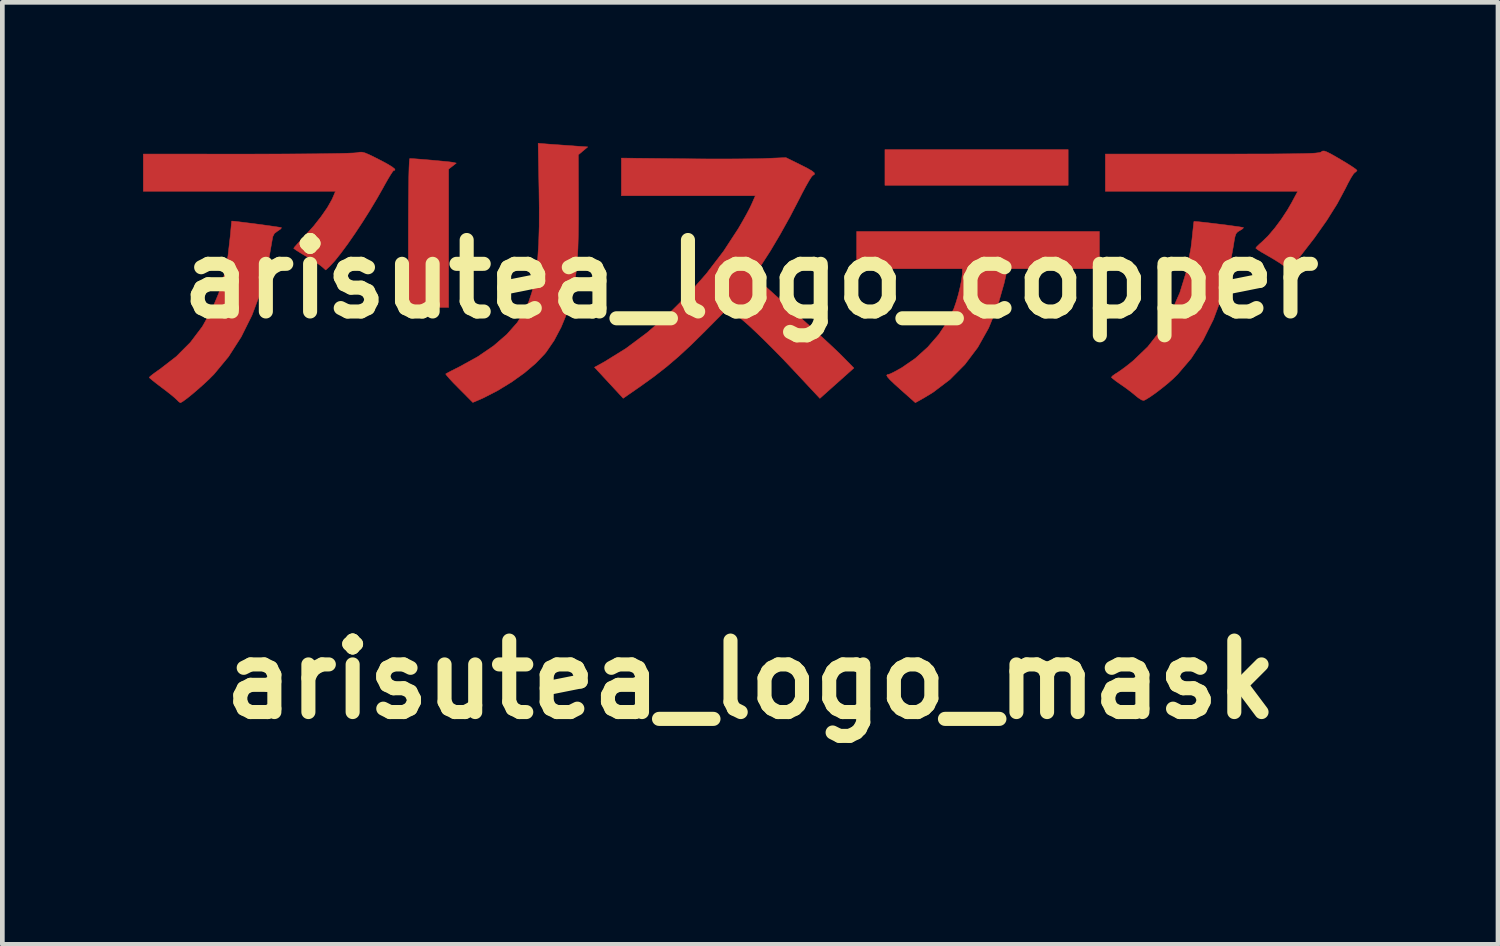
<source format=kicad_pcb>
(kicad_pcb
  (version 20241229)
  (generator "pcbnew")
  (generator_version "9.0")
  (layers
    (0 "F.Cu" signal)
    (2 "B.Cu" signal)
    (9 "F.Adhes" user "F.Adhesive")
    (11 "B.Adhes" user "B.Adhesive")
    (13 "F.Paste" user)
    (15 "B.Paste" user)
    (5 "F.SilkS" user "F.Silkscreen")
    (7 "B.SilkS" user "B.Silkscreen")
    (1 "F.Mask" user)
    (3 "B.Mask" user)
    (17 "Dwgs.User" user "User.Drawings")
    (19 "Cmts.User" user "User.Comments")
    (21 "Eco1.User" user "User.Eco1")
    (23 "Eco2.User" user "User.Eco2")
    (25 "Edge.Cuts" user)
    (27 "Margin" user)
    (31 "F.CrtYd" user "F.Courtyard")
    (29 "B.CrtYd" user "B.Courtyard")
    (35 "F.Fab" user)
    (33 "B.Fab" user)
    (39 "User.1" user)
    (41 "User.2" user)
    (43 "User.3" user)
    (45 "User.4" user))
  (footprint "arisutea_logo_copper"
    (layer "F.Cu")
    (at 12.959 2.901)
    (property "Reference" "arisutea_logo_copper" (at 0 0 0) (layer "F.SilkS") (effects (font (size 1.524 1.524) (thickness 0.3))))
    (attr through_hole)
    (fp_poly (pts (xy 6.763 -2) (xy 2.857 -2) (xy 2.857 -2.762) (xy 6.763 -2.762) (xy 6.763 -2)) (stroke (width 0.01) (type solid)) (fill yes) (layer "F.Cu"))
    (fp_poly (pts (xy -7.211 -2.569) (xy -7.104 -2.561) (xy -6.966 -2.55) (xy -6.814 -2.537) (xy -6.662 -2.523) (xy -6.525 -2.51) (xy -6.419 -2.499) (xy -6.359 -2.491) (xy -6.355 -2.49) (xy -6.281 -2.474) (xy -6.445 -2.345) (xy -6.445 0.603) (xy -7.303 0.603) (xy -7.303 -0.984) (xy -7.302 -1.35) (xy -7.3 -1.675) (xy -7.297 -1.955) (xy -7.294 -2.186) (xy -7.289 -2.367) (xy -7.283 -2.493) (xy -7.277 -2.56) (xy -7.272 -2.572) (xy -7.211 -2.569)) (stroke (width 0.01) (type solid)) (fill yes) (layer "F.Cu"))
    (fp_poly (pts (xy 7.429 -0.222) (xy 5.469 -0.222) (xy 5.398 0.087) (xy 5.255 0.587) (xy 5.068 1.042) (xy 4.837 1.454) (xy 4.561 1.82) (xy 4.243 2.14) (xy 3.882 2.414) (xy 3.681 2.536) (xy 3.505 2.634) (xy 3.197 2.36) (xy 3.058 2.235) (xy 2.964 2.145) (xy 2.911 2.084) (xy 2.894 2.049) (xy 2.91 2.034) (xy 2.93 2.032) (xy 2.974 2.017) (xy 3.057 1.976) (xy 3.165 1.917) (xy 3.217 1.887) (xy 3.503 1.69) (xy 3.769 1.45) (xy 4.005 1.179) (xy 4.199 0.889) (xy 4.327 0.628) (xy 4.375 0.489) (xy 4.423 0.325) (xy 4.464 0.155) (xy 4.494 -0.001) (xy 4.508 -0.121) (xy 4.508 -0.142) (xy 4.508 -0.222) (xy 2.254 -0.222) (xy 2.254 -1.016) (xy 7.429 -1.016) (xy 7.429 -0.222)) (stroke (width 0.01) (type solid)) (fill yes) (layer "F.Cu"))
    (fp_poly (pts (xy -4.292 -2.877) (xy -4.138 -2.866) (xy -3.957 -2.853) (xy -3.784 -2.841) (xy -3.764 -2.839) (xy -3.479 -2.819) (xy -3.579 -2.735) (xy -3.679 -2.651) (xy -3.676 -1.619) (xy -3.676 -1.249) (xy -3.68 -0.932) (xy -3.688 -0.661) (xy -3.7 -0.425) (xy -3.718 -0.216) (xy -3.743 -0.024) (xy -3.774 0.16) (xy -3.812 0.345) (xy -3.828 0.413) (xy -3.92 0.719) (xy -4.046 1.025) (xy -4.197 1.31) (xy -4.365 1.555) (xy -4.397 1.595) (xy -4.589 1.795) (xy -4.828 1.998) (xy -5.102 2.194) (xy -5.396 2.374) (xy -5.695 2.528) (xy -5.814 2.581) (xy -5.929 2.629) (xy -6.225 2.331) (xy -6.334 2.221) (xy -6.422 2.127) (xy -6.482 2.058) (xy -6.507 2.023) (xy -6.507 2.021) (xy -6.474 2.002) (xy -6.398 1.961) (xy -6.289 1.906) (xy -6.206 1.864) (xy -5.819 1.65) (xy -5.485 1.421) (xy -5.204 1.178) (xy -4.981 0.926) (xy -4.819 0.666) (xy -4.815 0.659) (xy -4.736 0.48) (xy -4.671 0.286) (xy -4.617 0.072) (xy -4.576 -0.17) (xy -4.545 -0.444) (xy -4.525 -0.758) (xy -4.514 -1.118) (xy -4.513 -1.529) (xy -4.518 -1.916) (xy -4.536 -2.896) (xy -4.292 -2.877)) (stroke (width 0.01) (type solid)) (fill yes) (layer "F.Cu"))
    (fp_poly (pts (xy 12.276 -2.713) (xy 12.359 -2.672) (xy 12.481 -2.603) (xy 12.567 -2.552) (xy 12.7 -2.473) (xy 12.81 -2.403) (xy 12.887 -2.35) (xy 12.921 -2.32) (xy 12.922 -2.318) (xy 12.897 -2.286) (xy 12.876 -2.275) (xy 12.844 -2.241) (xy 12.793 -2.161) (xy 12.731 -2.048) (xy 12.672 -1.93) (xy 12.498 -1.605) (xy 12.275 -1.25) (xy 12.008 -0.872) (xy 11.701 -0.476) (xy 11.619 -0.377) (xy 11.472 -0.199) (xy 11.348 -0.293) (xy 11.258 -0.355) (xy 11.137 -0.43) (xy 11.008 -0.505) (xy 10.993 -0.514) (xy 10.888 -0.574) (xy 10.808 -0.625) (xy 10.766 -0.658) (xy 10.763 -0.663) (xy 10.786 -0.694) (xy 10.844 -0.75) (xy 10.9 -0.799) (xy 11.025 -0.921) (xy 11.164 -1.084) (xy 11.306 -1.274) (xy 11.438 -1.475) (xy 11.526 -1.627) (xy 11.658 -1.873) (xy 7.556 -1.873) (xy 7.556 -2.667) (xy 9.832 -2.667) (xy 10.273 -2.667) (xy 10.656 -2.668) (xy 10.983 -2.668) (xy 11.259 -2.67) (xy 11.489 -2.672) (xy 11.677 -2.675) (xy 11.826 -2.678) (xy 11.942 -2.682) (xy 12.028 -2.687) (xy 12.09 -2.694) (xy 12.13 -2.701) (xy 12.153 -2.709) (xy 12.16 -2.714) (xy 12.186 -2.731) (xy 12.222 -2.732) (xy 12.276 -2.713)) (stroke (width 0.01) (type solid)) (fill yes) (layer "F.Cu"))
    (fp_poly (pts (xy -11.008 -1.233) (xy -10.904 -1.221) (xy -10.768 -1.204) (xy -10.615 -1.185) (xy -10.455 -1.164) (xy -10.303 -1.143) (xy -10.17 -1.124) (xy -10.07 -1.109) (xy -10.015 -1.099) (xy -10.008 -1.097) (xy -10.022 -1.073) (xy -10.076 -1.034) (xy -10.091 -1.025) (xy -10.158 -0.975) (xy -10.193 -0.907) (xy -10.208 -0.826) (xy -10.306 -0.264) (xy -10.449 0.269) (xy -10.637 0.77) (xy -10.867 1.232) (xy -11.137 1.653) (xy -11.445 2.025) (xy -11.447 2.027) (xy -11.543 2.124) (xy -11.658 2.232) (xy -11.782 2.342) (xy -11.903 2.446) (xy -12.013 2.535) (xy -12.101 2.6) (xy -12.156 2.633) (xy -12.165 2.635) (xy -12.197 2.614) (xy -12.242 2.569) (xy -12.292 2.523) (xy -12.38 2.45) (xy -12.491 2.364) (xy -12.564 2.309) (xy -12.673 2.226) (xy -12.76 2.157) (xy -12.815 2.11) (xy -12.827 2.095) (xy -12.803 2.069) (xy -12.738 2.018) (xy -12.644 1.95) (xy -12.608 1.926) (xy -12.251 1.65) (xy -11.949 1.347) (xy -11.695 1.011) (xy -11.493 0.651) (xy -11.345 0.299) (xy -11.232 -0.079) (xy -11.149 -0.494) (xy -11.096 -0.956) (xy -11.096 -0.96) (xy -11.085 -1.084) (xy -11.076 -1.179) (xy -11.07 -1.232) (xy -11.069 -1.238) (xy -11.008 -1.233)) (stroke (width 0.01) (type solid)) (fill yes) (layer "F.Cu"))
    (fp_poly (pts (xy 9.477 -1.229) (xy 9.559 -1.222) (xy 9.678 -1.209) (xy 9.823 -1.192) (xy 9.979 -1.173) (xy 10.135 -1.154) (xy 10.278 -1.134) (xy 10.395 -1.118) (xy 10.474 -1.105) (xy 10.501 -1.099) (xy 10.486 -1.076) (xy 10.431 -1.041) (xy 10.421 -1.035) (xy 10.374 -1.006) (xy 10.342 -0.968) (xy 10.32 -0.906) (xy 10.301 -0.805) (xy 10.289 -0.723) (xy 10.184 -0.151) (xy 10.04 0.379) (xy 9.858 0.864) (xy 9.639 1.303) (xy 9.385 1.692) (xy 9.095 2.031) (xy 9.003 2.121) (xy 8.888 2.223) (xy 8.758 2.328) (xy 8.627 2.428) (xy 8.507 2.512) (xy 8.414 2.569) (xy 8.375 2.587) (xy 8.33 2.576) (xy 8.259 2.531) (xy 8.209 2.491) (xy 8.117 2.415) (xy 7.998 2.325) (xy 7.885 2.246) (xy 7.789 2.179) (xy 7.719 2.125) (xy 7.685 2.093) (xy 7.685 2.091) (xy 7.709 2.063) (xy 7.77 2.019) (xy 7.799 2.002) (xy 7.876 1.95) (xy 7.983 1.872) (xy 8.101 1.779) (xy 8.152 1.737) (xy 8.46 1.442) (xy 8.729 1.099) (xy 8.958 0.713) (xy 9.144 0.288) (xy 9.286 -0.171) (xy 9.38 -0.66) (xy 9.403 -0.852) (xy 9.418 -0.997) (xy 9.431 -1.117) (xy 9.44 -1.199) (xy 9.445 -1.23) (xy 9.477 -1.229)) (stroke (width 0.01) (type solid)) (fill yes) (layer "F.Cu"))
    (fp_poly (pts (xy -8.289 -2.707) (xy -8.226 -2.691) (xy -8.141 -2.655) (xy -8.02 -2.596) (xy -7.931 -2.551) (xy -7.761 -2.461) (xy -7.647 -2.392) (xy -7.59 -2.345) (xy -7.591 -2.321) (xy -7.615 -2.318) (xy -7.639 -2.291) (xy -7.686 -2.22) (xy -7.75 -2.113) (xy -7.823 -1.983) (xy -7.826 -1.976) (xy -7.966 -1.729) (xy -8.119 -1.473) (xy -8.279 -1.219) (xy -8.441 -0.974) (xy -8.597 -0.749) (xy -8.743 -0.552) (xy -8.871 -0.391) (xy -8.977 -0.276) (xy -8.99 -0.264) (xy -9.065 -0.195) (xy -9.154 -0.273) (xy -9.223 -0.324) (xy -9.328 -0.394) (xy -9.451 -0.47) (xy -9.496 -0.495) (xy -9.606 -0.561) (xy -9.692 -0.615) (xy -9.741 -0.65) (xy -9.747 -0.658) (xy -9.727 -0.687) (xy -9.67 -0.751) (xy -9.587 -0.841) (xy -9.496 -0.938) (xy -9.322 -1.131) (xy -9.164 -1.332) (xy -9.03 -1.525) (xy -8.932 -1.698) (xy -8.907 -1.754) (xy -8.857 -1.873) (xy -10.906 -1.873) (xy -12.954 -1.873) (xy -12.954 -2.27) (xy -12.954 -2.667) (xy -10.739 -2.666) (xy -10.32 -2.667) (xy -9.931 -2.668) (xy -9.576 -2.67) (xy -9.26 -2.672) (xy -8.987 -2.676) (xy -8.76 -2.68) (xy -8.585 -2.685) (xy -8.464 -2.69) (xy -8.402 -2.695) (xy -8.4 -2.696) (xy -8.343 -2.707) (xy -8.289 -2.707)) (stroke (width 0.01) (type solid)) (fill yes) (layer "F.Cu"))
    (fp_poly (pts (xy 1.056 -2.438) (xy 1.206 -2.362) (xy 1.302 -2.306) (xy 1.351 -2.266) (xy 1.357 -2.237) (xy 1.326 -2.215) (xy 1.318 -2.211) (xy 1.289 -2.178) (xy 1.238 -2.098) (xy 1.171 -1.98) (xy 1.093 -1.834) (xy 1.033 -1.716) (xy 0.834 -1.333) (xy 0.624 -0.956) (xy 0.415 -0.603) (xy 0.217 -0.296) (xy 0.064 -0.067) (xy 0.374 0.212) (xy 0.498 0.324) (xy 0.656 0.465) (xy 0.834 0.624) (xy 1.018 0.787) (xy 1.192 0.942) (xy 1.362 1.095) (xy 1.535 1.253) (xy 1.698 1.404) (xy 1.838 1.536) (xy 1.943 1.639) (xy 1.947 1.643) (xy 2.195 1.895) (xy 1.915 2.145) (xy 1.796 2.251) (xy 1.686 2.349) (xy 1.599 2.427) (xy 1.553 2.468) (xy 1.47 2.542) (xy 0.863 1.893) (xy 0.682 1.702) (xy 0.492 1.508) (xy 0.304 1.32) (xy 0.13 1.151) (xy -0.021 1.009) (xy -0.113 0.927) (xy -0.483 0.61) (xy -0.996 1.127) (xy -1.28 1.407) (xy -1.542 1.649) (xy -1.799 1.868) (xy -2.065 2.076) (xy -2.358 2.287) (xy -2.417 2.328) (xy -2.723 2.54) (xy -3.335 1.879) (xy -3.12 1.76) (xy -2.665 1.478) (xy -2.212 1.14) (xy -1.769 0.756) (xy -1.345 0.333) (xy -0.947 -0.12) (xy -0.583 -0.596) (xy -0.263 -1.086) (xy -0.263 -1.087) (xy -0.176 -1.237) (xy -0.092 -1.387) (xy -0.023 -1.518) (xy 0.015 -1.598) (xy 0.094 -1.778) (xy -2.762 -1.778) (xy -2.762 -2.581) (xy -1.468 -2.567) (xy -1.166 -2.564) (xy -0.864 -2.562) (xy -0.573 -2.562) (xy -0.304 -2.563) (xy -0.067 -2.565) (xy 0.129 -2.567) (xy 0.273 -2.571) (xy 0.286 -2.572) (xy 0.746 -2.591) (xy 1.056 -2.438)) (stroke (width 0.01) (type solid)) (fill yes) (layer "F.Cu")))
  (footprint "arisutea_logo_mask"
    (layer "F.Cu")
    (at 12.959 11.441)
    (property "Reference" "arisutea_logo_mask" (at 0 0 0) (layer "F.SilkS") (effects (font (size 1.524 1.524) (thickness 0.3))))
    (attr through_hole)
    (fp_poly (pts (xy 6.763 -2) (xy 2.857 -2) (xy 2.857 -2.762) (xy 6.763 -2.762) (xy 6.763 -2)) (stroke (width 0.01) (type solid)) (fill yes) (layer "F.Mask"))
    (fp_poly (pts (xy -7.211 -2.569) (xy -7.104 -2.561) (xy -6.966 -2.55) (xy -6.814 -2.537) (xy -6.662 -2.523) (xy -6.525 -2.51) (xy -6.419 -2.499) (xy -6.359 -2.491) (xy -6.355 -2.49) (xy -6.281 -2.474) (xy -6.445 -2.345) (xy -6.445 0.603) (xy -7.303 0.603) (xy -7.303 -0.984) (xy -7.302 -1.35) (xy -7.3 -1.675) (xy -7.297 -1.955) (xy -7.294 -2.186) (xy -7.289 -2.367) (xy -7.283 -2.493) (xy -7.277 -2.56) (xy -7.272 -2.572) (xy -7.211 -2.569)) (stroke (width 0.01) (type solid)) (fill yes) (layer "F.Mask"))
    (fp_poly (pts (xy 7.429 -0.222) (xy 5.469 -0.222) (xy 5.398 0.087) (xy 5.255 0.587) (xy 5.068 1.042) (xy 4.837 1.454) (xy 4.561 1.82) (xy 4.243 2.14) (xy 3.882 2.414) (xy 3.681 2.536) (xy 3.505 2.634) (xy 3.197 2.36) (xy 3.058 2.235) (xy 2.964 2.145) (xy 2.911 2.084) (xy 2.894 2.049) (xy 2.91 2.034) (xy 2.93 2.032) (xy 2.974 2.017) (xy 3.057 1.976) (xy 3.165 1.917) (xy 3.217 1.887) (xy 3.503 1.69) (xy 3.769 1.45) (xy 4.005 1.179) (xy 4.199 0.889) (xy 4.327 0.628) (xy 4.375 0.489) (xy 4.423 0.325) (xy 4.464 0.155) (xy 4.494 -0.001) (xy 4.508 -0.121) (xy 4.508 -0.142) (xy 4.508 -0.222) (xy 2.254 -0.222) (xy 2.254 -1.016) (xy 7.429 -1.016) (xy 7.429 -0.222)) (stroke (width 0.01) (type solid)) (fill yes) (layer "F.Mask"))
    (fp_poly (pts (xy -4.292 -2.877) (xy -4.138 -2.866) (xy -3.957 -2.853) (xy -3.784 -2.841) (xy -3.764 -2.839) (xy -3.479 -2.819) (xy -3.579 -2.735) (xy -3.679 -2.651) (xy -3.676 -1.619) (xy -3.676 -1.249) (xy -3.68 -0.932) (xy -3.688 -0.661) (xy -3.7 -0.425) (xy -3.718 -0.216) (xy -3.743 -0.024) (xy -3.774 0.16) (xy -3.812 0.345) (xy -3.828 0.413) (xy -3.92 0.719) (xy -4.046 1.025) (xy -4.197 1.31) (xy -4.365 1.555) (xy -4.397 1.595) (xy -4.589 1.795) (xy -4.828 1.998) (xy -5.102 2.194) (xy -5.396 2.374) (xy -5.695 2.528) (xy -5.814 2.581) (xy -5.929 2.629) (xy -6.225 2.331) (xy -6.334 2.221) (xy -6.422 2.127) (xy -6.482 2.058) (xy -6.507 2.023) (xy -6.507 2.021) (xy -6.474 2.002) (xy -6.398 1.961) (xy -6.289 1.906) (xy -6.206 1.864) (xy -5.819 1.65) (xy -5.485 1.421) (xy -5.204 1.178) (xy -4.981 0.926) (xy -4.819 0.666) (xy -4.815 0.659) (xy -4.736 0.48) (xy -4.671 0.286) (xy -4.617 0.072) (xy -4.576 -0.17) (xy -4.545 -0.444) (xy -4.525 -0.758) (xy -4.514 -1.118) (xy -4.513 -1.529) (xy -4.518 -1.916) (xy -4.536 -2.896) (xy -4.292 -2.877)) (stroke (width 0.01) (type solid)) (fill yes) (layer "F.Mask"))
    (fp_poly (pts (xy 12.276 -2.713) (xy 12.359 -2.672) (xy 12.481 -2.603) (xy 12.567 -2.552) (xy 12.7 -2.473) (xy 12.81 -2.403) (xy 12.887 -2.35) (xy 12.921 -2.32) (xy 12.922 -2.318) (xy 12.897 -2.286) (xy 12.876 -2.275) (xy 12.844 -2.241) (xy 12.793 -2.161) (xy 12.731 -2.048) (xy 12.672 -1.93) (xy 12.498 -1.605) (xy 12.275 -1.25) (xy 12.008 -0.872) (xy 11.701 -0.476) (xy 11.619 -0.377) (xy 11.472 -0.199) (xy 11.348 -0.293) (xy 11.258 -0.355) (xy 11.137 -0.43) (xy 11.008 -0.505) (xy 10.993 -0.514) (xy 10.888 -0.574) (xy 10.808 -0.625) (xy 10.766 -0.658) (xy 10.763 -0.663) (xy 10.786 -0.694) (xy 10.844 -0.75) (xy 10.9 -0.799) (xy 11.025 -0.921) (xy 11.164 -1.084) (xy 11.306 -1.274) (xy 11.438 -1.475) (xy 11.526 -1.627) (xy 11.658 -1.873) (xy 7.556 -1.873) (xy 7.556 -2.667) (xy 9.832 -2.667) (xy 10.273 -2.667) (xy 10.656 -2.668) (xy 10.983 -2.668) (xy 11.259 -2.67) (xy 11.489 -2.672) (xy 11.677 -2.675) (xy 11.826 -2.678) (xy 11.942 -2.682) (xy 12.028 -2.687) (xy 12.09 -2.694) (xy 12.13 -2.701) (xy 12.153 -2.709) (xy 12.16 -2.714) (xy 12.186 -2.731) (xy 12.222 -2.732) (xy 12.276 -2.713)) (stroke (width 0.01) (type solid)) (fill yes) (layer "F.Mask"))
    (fp_poly (pts (xy -11.008 -1.233) (xy -10.904 -1.221) (xy -10.768 -1.204) (xy -10.615 -1.185) (xy -10.455 -1.164) (xy -10.303 -1.143) (xy -10.17 -1.124) (xy -10.07 -1.109) (xy -10.015 -1.099) (xy -10.008 -1.097) (xy -10.022 -1.073) (xy -10.076 -1.034) (xy -10.091 -1.025) (xy -10.158 -0.975) (xy -10.193 -0.907) (xy -10.208 -0.826) (xy -10.306 -0.264) (xy -10.449 0.269) (xy -10.637 0.77) (xy -10.867 1.232) (xy -11.137 1.653) (xy -11.445 2.025) (xy -11.447 2.027) (xy -11.543 2.124) (xy -11.658 2.232) (xy -11.782 2.342) (xy -11.903 2.446) (xy -12.013 2.535) (xy -12.101 2.6) (xy -12.156 2.633) (xy -12.165 2.635) (xy -12.197 2.614) (xy -12.242 2.569) (xy -12.292 2.523) (xy -12.38 2.45) (xy -12.491 2.364) (xy -12.564 2.309) (xy -12.673 2.226) (xy -12.76 2.157) (xy -12.815 2.11) (xy -12.827 2.095) (xy -12.803 2.069) (xy -12.738 2.018) (xy -12.644 1.95) (xy -12.608 1.926) (xy -12.251 1.65) (xy -11.949 1.347) (xy -11.695 1.011) (xy -11.493 0.651) (xy -11.345 0.299) (xy -11.232 -0.079) (xy -11.149 -0.494) (xy -11.096 -0.956) (xy -11.096 -0.96) (xy -11.085 -1.084) (xy -11.076 -1.179) (xy -11.07 -1.232) (xy -11.069 -1.238) (xy -11.008 -1.233)) (stroke (width 0.01) (type solid)) (fill yes) (layer "F.Mask"))
    (fp_poly (pts (xy 9.477 -1.229) (xy 9.559 -1.222) (xy 9.678 -1.209) (xy 9.823 -1.192) (xy 9.979 -1.173) (xy 10.135 -1.154) (xy 10.278 -1.134) (xy 10.395 -1.118) (xy 10.474 -1.105) (xy 10.501 -1.099) (xy 10.486 -1.076) (xy 10.431 -1.041) (xy 10.421 -1.035) (xy 10.374 -1.006) (xy 10.342 -0.968) (xy 10.32 -0.906) (xy 10.301 -0.805) (xy 10.289 -0.723) (xy 10.184 -0.151) (xy 10.04 0.379) (xy 9.858 0.864) (xy 9.639 1.303) (xy 9.385 1.692) (xy 9.095 2.031) (xy 9.003 2.121) (xy 8.888 2.223) (xy 8.758 2.328) (xy 8.627 2.428) (xy 8.507 2.512) (xy 8.414 2.569) (xy 8.375 2.587) (xy 8.33 2.576) (xy 8.259 2.531) (xy 8.209 2.491) (xy 8.117 2.415) (xy 7.998 2.325) (xy 7.885 2.246) (xy 7.789 2.179) (xy 7.719 2.125) (xy 7.685 2.093) (xy 7.685 2.091) (xy 7.709 2.063) (xy 7.77 2.019) (xy 7.799 2.002) (xy 7.876 1.95) (xy 7.983 1.872) (xy 8.101 1.779) (xy 8.152 1.737) (xy 8.46 1.442) (xy 8.729 1.099) (xy 8.958 0.713) (xy 9.144 0.288) (xy 9.286 -0.171) (xy 9.38 -0.66) (xy 9.403 -0.852) (xy 9.418 -0.997) (xy 9.431 -1.117) (xy 9.44 -1.199) (xy 9.445 -1.23) (xy 9.477 -1.229)) (stroke (width 0.01) (type solid)) (fill yes) (layer "F.Mask"))
    (fp_poly (pts (xy -8.289 -2.707) (xy -8.226 -2.691) (xy -8.141 -2.655) (xy -8.02 -2.596) (xy -7.931 -2.551) (xy -7.761 -2.461) (xy -7.647 -2.392) (xy -7.59 -2.345) (xy -7.591 -2.321) (xy -7.615 -2.318) (xy -7.639 -2.291) (xy -7.686 -2.22) (xy -7.75 -2.113) (xy -7.823 -1.983) (xy -7.826 -1.976) (xy -7.966 -1.729) (xy -8.119 -1.473) (xy -8.279 -1.219) (xy -8.441 -0.974) (xy -8.597 -0.749) (xy -8.743 -0.552) (xy -8.871 -0.391) (xy -8.977 -0.276) (xy -8.99 -0.264) (xy -9.065 -0.195) (xy -9.154 -0.273) (xy -9.223 -0.324) (xy -9.328 -0.394) (xy -9.451 -0.47) (xy -9.496 -0.495) (xy -9.606 -0.561) (xy -9.692 -0.615) (xy -9.741 -0.65) (xy -9.747 -0.658) (xy -9.727 -0.687) (xy -9.67 -0.751) (xy -9.587 -0.841) (xy -9.496 -0.938) (xy -9.322 -1.131) (xy -9.164 -1.332) (xy -9.03 -1.525) (xy -8.932 -1.698) (xy -8.907 -1.754) (xy -8.857 -1.873) (xy -10.906 -1.873) (xy -12.954 -1.873) (xy -12.954 -2.27) (xy -12.954 -2.667) (xy -10.739 -2.666) (xy -10.32 -2.667) (xy -9.931 -2.668) (xy -9.576 -2.67) (xy -9.26 -2.672) (xy -8.987 -2.676) (xy -8.76 -2.68) (xy -8.585 -2.685) (xy -8.464 -2.69) (xy -8.402 -2.695) (xy -8.4 -2.696) (xy -8.343 -2.707) (xy -8.289 -2.707)) (stroke (width 0.01) (type solid)) (fill yes) (layer "F.Mask"))
    (fp_poly (pts (xy 1.056 -2.438) (xy 1.206 -2.362) (xy 1.302 -2.306) (xy 1.351 -2.266) (xy 1.357 -2.237) (xy 1.326 -2.215) (xy 1.318 -2.211) (xy 1.289 -2.178) (xy 1.238 -2.098) (xy 1.171 -1.98) (xy 1.093 -1.834) (xy 1.033 -1.716) (xy 0.834 -1.333) (xy 0.624 -0.956) (xy 0.415 -0.603) (xy 0.217 -0.296) (xy 0.064 -0.067) (xy 0.374 0.212) (xy 0.498 0.324) (xy 0.656 0.465) (xy 0.834 0.624) (xy 1.018 0.787) (xy 1.192 0.942) (xy 1.362 1.095) (xy 1.535 1.253) (xy 1.698 1.404) (xy 1.838 1.536) (xy 1.943 1.639) (xy 1.947 1.643) (xy 2.195 1.895) (xy 1.915 2.145) (xy 1.796 2.251) (xy 1.686 2.349) (xy 1.599 2.427) (xy 1.553 2.468) (xy 1.47 2.542) (xy 0.863 1.893) (xy 0.682 1.702) (xy 0.492 1.508) (xy 0.304 1.32) (xy 0.13 1.151) (xy -0.021 1.009) (xy -0.113 0.927) (xy -0.483 0.61) (xy -0.996 1.127) (xy -1.28 1.407) (xy -1.542 1.649) (xy -1.799 1.868) (xy -2.065 2.076) (xy -2.358 2.287) (xy -2.417 2.328) (xy -2.723 2.54) (xy -3.335 1.879) (xy -3.12 1.76) (xy -2.665 1.478) (xy -2.212 1.14) (xy -1.769 0.756) (xy -1.345 0.333) (xy -0.947 -0.12) (xy -0.583 -0.596) (xy -0.263 -1.086) (xy -0.263 -1.087) (xy -0.176 -1.237) (xy -0.092 -1.387) (xy -0.023 -1.518) (xy 0.015 -1.598) (xy 0.094 -1.778) (xy -2.762 -1.778) (xy -2.762 -2.581) (xy -1.468 -2.567) (xy -1.166 -2.564) (xy -0.864 -2.562) (xy -0.573 -2.562) (xy -0.304 -2.563) (xy -0.067 -2.565) (xy 0.129 -2.567) (xy 0.273 -2.571) (xy 0.286 -2.572) (xy 0.746 -2.591) (xy 1.056 -2.438)) (stroke (width 0.01) (type solid)) (fill yes) (layer "F.Mask")))
  (gr_rect
    (start -3 -3)
    (end 28.886 17.082)
    (stroke (width 0.1) (type default))
    (fill no)
    (layer "Edge.Cuts")))
</source>
